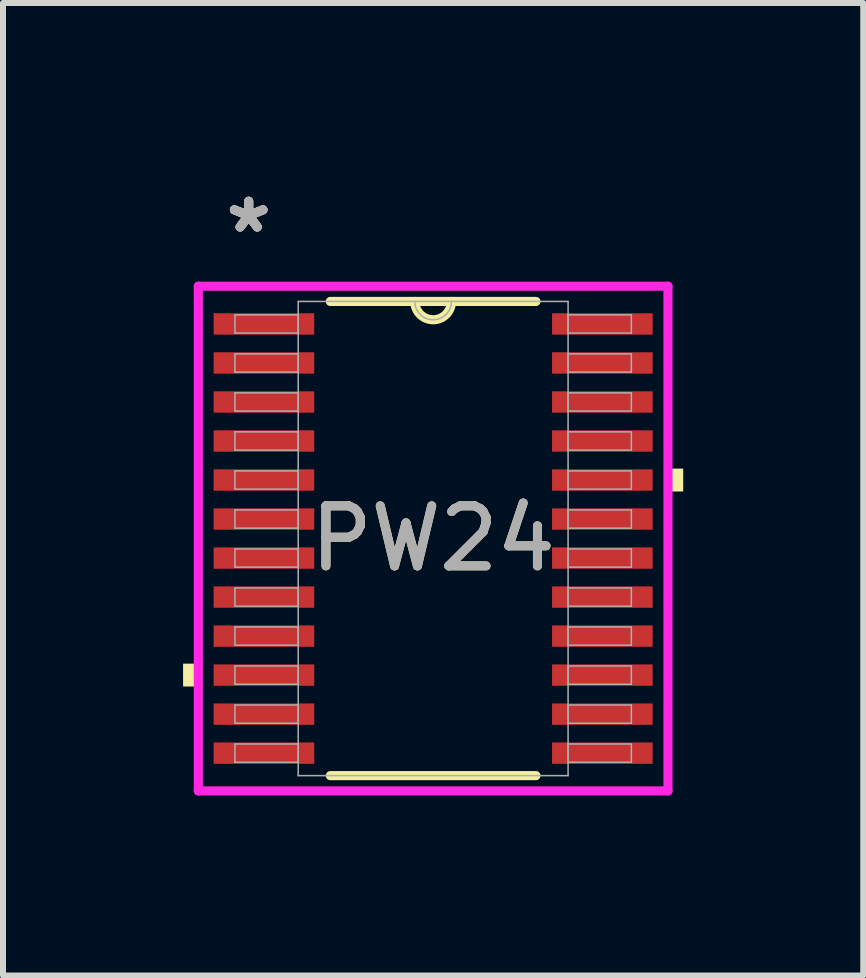
<source format=kicad_pcb>
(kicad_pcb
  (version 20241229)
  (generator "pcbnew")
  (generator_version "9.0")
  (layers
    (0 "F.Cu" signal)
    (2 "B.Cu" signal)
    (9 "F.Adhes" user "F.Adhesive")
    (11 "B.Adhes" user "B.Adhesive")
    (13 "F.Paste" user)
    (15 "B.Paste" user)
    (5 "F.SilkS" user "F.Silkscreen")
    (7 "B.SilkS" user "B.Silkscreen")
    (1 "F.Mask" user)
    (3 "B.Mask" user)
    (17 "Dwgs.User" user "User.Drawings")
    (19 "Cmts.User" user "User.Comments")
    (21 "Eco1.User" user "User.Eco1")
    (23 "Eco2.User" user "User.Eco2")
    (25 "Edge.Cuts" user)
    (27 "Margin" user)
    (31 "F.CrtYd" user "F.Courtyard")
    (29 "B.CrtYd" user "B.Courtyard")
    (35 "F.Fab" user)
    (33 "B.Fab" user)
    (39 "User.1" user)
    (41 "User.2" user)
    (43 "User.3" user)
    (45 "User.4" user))
  (footprint "PW24"
    (layer "F.Cu")
    (at 4.166 5.922)
    (property "Reference" "PW24" (at 0 0 0) (unlocked yes) (layer "F.SilkS") (effects (font (size 1 1) (thickness 0.15))))
    (attr smd)
    (fp_line (start -1.713 3.95) (end 1.713 3.95) (stroke (width 0.152) (type solid)) (layer "F.SilkS"))
    (fp_line (start 1.713 -3.95) (end -1.713 -3.95) (stroke (width 0.152) (type solid)) (layer "F.SilkS"))
    (fp_arc (start 0.3048 -3.9497) (mid 0 -3.6449) (end -0.3048 -3.9497) (stroke (width 0.1524) (type solid)) (layer "F.SilkS"))
    (fp_poly (pts (xy -4.166 2.084) (xy -4.166 2.465) (xy -3.912 2.465) (xy -3.912 2.084)) (stroke (width 0) (type solid)) (fill yes) (layer "F.SilkS"))
    (fp_poly (pts (xy 4.166 -1.165) (xy 4.166 -0.784) (xy 3.912 -0.784) (xy 3.912 -1.165)) (stroke (width 0) (type solid)) (fill yes) (layer "F.SilkS"))
    (fp_line (start -3.912 -4.204) (end 3.912 -4.204) (stroke (width 0.152) (type solid)) (layer "F.CrtYd"))
    (fp_line (start -3.912 4.204) (end -3.912 -4.204) (stroke (width 0.152) (type solid)) (layer "F.CrtYd"))
    (fp_line (start 3.912 -4.204) (end 3.912 4.204) (stroke (width 0.152) (type solid)) (layer "F.CrtYd"))
    (fp_line (start 3.912 4.204) (end -3.912 4.204) (stroke (width 0.152) (type solid)) (layer "F.CrtYd"))
    (fp_line (start -3.302 -3.727) (end -3.302 -3.423) (stroke (width 0.025) (type solid)) (layer "F.Fab"))
    (fp_line (start -3.302 -3.423) (end -2.248 -3.423) (stroke (width 0.025) (type solid)) (layer "F.Fab"))
    (fp_line (start -3.302 -3.077) (end -3.302 -2.773) (stroke (width 0.025) (type solid)) (layer "F.Fab"))
    (fp_line (start -3.302 -2.773) (end -2.248 -2.773) (stroke (width 0.025) (type solid)) (layer "F.Fab"))
    (fp_line (start -3.302 -2.427) (end -3.302 -2.123) (stroke (width 0.025) (type solid)) (layer "F.Fab"))
    (fp_line (start -3.302 -2.123) (end -2.248 -2.123) (stroke (width 0.025) (type solid)) (layer "F.Fab"))
    (fp_line (start -3.302 -1.777) (end -3.302 -1.473) (stroke (width 0.025) (type solid)) (layer "F.Fab"))
    (fp_line (start -3.302 -1.473) (end -2.248 -1.473) (stroke (width 0.025) (type solid)) (layer "F.Fab"))
    (fp_line (start -3.302 -1.127) (end -3.302 -0.823) (stroke (width 0.025) (type solid)) (layer "F.Fab"))
    (fp_line (start -3.302 -0.823) (end -2.248 -0.823) (stroke (width 0.025) (type solid)) (layer "F.Fab"))
    (fp_line (start -3.302 -0.477) (end -3.302 -0.173) (stroke (width 0.025) (type solid)) (layer "F.Fab"))
    (fp_line (start -3.302 -0.173) (end -2.248 -0.173) (stroke (width 0.025) (type solid)) (layer "F.Fab"))
    (fp_line (start -3.302 0.173) (end -3.302 0.477) (stroke (width 0.025) (type solid)) (layer "F.Fab"))
    (fp_line (start -3.302 0.477) (end -2.248 0.477) (stroke (width 0.025) (type solid)) (layer "F.Fab"))
    (fp_line (start -3.302 0.823) (end -3.302 1.127) (stroke (width 0.025) (type solid)) (layer "F.Fab"))
    (fp_line (start -3.302 1.127) (end -2.248 1.127) (stroke (width 0.025) (type solid)) (layer "F.Fab"))
    (fp_line (start -3.302 1.473) (end -3.302 1.777) (stroke (width 0.025) (type solid)) (layer "F.Fab"))
    (fp_line (start -3.302 1.777) (end -2.248 1.777) (stroke (width 0.025) (type solid)) (layer "F.Fab"))
    (fp_line (start -3.302 2.123) (end -3.302 2.427) (stroke (width 0.025) (type solid)) (layer "F.Fab"))
    (fp_line (start -3.302 2.427) (end -2.248 2.427) (stroke (width 0.025) (type solid)) (layer "F.Fab"))
    (fp_line (start -3.302 2.773) (end -3.302 3.077) (stroke (width 0.025) (type solid)) (layer "F.Fab"))
    (fp_line (start -3.302 3.077) (end -2.248 3.077) (stroke (width 0.025) (type solid)) (layer "F.Fab"))
    (fp_line (start -3.302 3.423) (end -3.302 3.727) (stroke (width 0.025) (type solid)) (layer "F.Fab"))
    (fp_line (start -3.302 3.727) (end -2.248 3.727) (stroke (width 0.025) (type solid)) (layer "F.Fab"))
    (fp_line (start -2.248 -3.95) (end -2.248 3.95) (stroke (width 0.025) (type solid)) (layer "F.Fab"))
    (fp_line (start -2.248 -3.727) (end -3.302 -3.727) (stroke (width 0.025) (type solid)) (layer "F.Fab"))
    (fp_line (start -2.248 -3.423) (end -2.248 -3.727) (stroke (width 0.025) (type solid)) (layer "F.Fab"))
    (fp_line (start -2.248 -3.077) (end -3.302 -3.077) (stroke (width 0.025) (type solid)) (layer "F.Fab"))
    (fp_line (start -2.248 -2.773) (end -2.248 -3.077) (stroke (width 0.025) (type solid)) (layer "F.Fab"))
    (fp_line (start -2.248 -2.427) (end -3.302 -2.427) (stroke (width 0.025) (type solid)) (layer "F.Fab"))
    (fp_line (start -2.248 -2.123) (end -2.248 -2.427) (stroke (width 0.025) (type solid)) (layer "F.Fab"))
    (fp_line (start -2.248 -1.777) (end -3.302 -1.777) (stroke (width 0.025) (type solid)) (layer "F.Fab"))
    (fp_line (start -2.248 -1.473) (end -2.248 -1.777) (stroke (width 0.025) (type solid)) (layer "F.Fab"))
    (fp_line (start -2.248 -1.127) (end -3.302 -1.127) (stroke (width 0.025) (type solid)) (layer "F.Fab"))
    (fp_line (start -2.248 -0.823) (end -2.248 -1.127) (stroke (width 0.025) (type solid)) (layer "F.Fab"))
    (fp_line (start -2.248 -0.477) (end -3.302 -0.477) (stroke (width 0.025) (type solid)) (layer "F.Fab"))
    (fp_line (start -2.248 -0.173) (end -2.248 -0.477) (stroke (width 0.025) (type solid)) (layer "F.Fab"))
    (fp_line (start -2.248 0.173) (end -3.302 0.173) (stroke (width 0.025) (type solid)) (layer "F.Fab"))
    (fp_line (start -2.248 0.477) (end -2.248 0.173) (stroke (width 0.025) (type solid)) (layer "F.Fab"))
    (fp_line (start -2.248 0.823) (end -3.302 0.823) (stroke (width 0.025) (type solid)) (layer "F.Fab"))
    (fp_line (start -2.248 1.127) (end -2.248 0.823) (stroke (width 0.025) (type solid)) (layer "F.Fab"))
    (fp_line (start -2.248 1.473) (end -3.302 1.473) (stroke (width 0.025) (type solid)) (layer "F.Fab"))
    (fp_line (start -2.248 1.777) (end -2.248 1.473) (stroke (width 0.025) (type solid)) (layer "F.Fab"))
    (fp_line (start -2.248 2.123) (end -3.302 2.123) (stroke (width 0.025) (type solid)) (layer "F.Fab"))
    (fp_line (start -2.248 2.427) (end -2.248 2.123) (stroke (width 0.025) (type solid)) (layer "F.Fab"))
    (fp_line (start -2.248 2.773) (end -3.302 2.773) (stroke (width 0.025) (type solid)) (layer "F.Fab"))
    (fp_line (start -2.248 3.077) (end -2.248 2.773) (stroke (width 0.025) (type solid)) (layer "F.Fab"))
    (fp_line (start -2.248 3.423) (end -3.302 3.423) (stroke (width 0.025) (type solid)) (layer "F.Fab"))
    (fp_line (start -2.248 3.727) (end -2.248 3.423) (stroke (width 0.025) (type solid)) (layer "F.Fab"))
    (fp_line (start -2.248 3.95) (end 2.248 3.95) (stroke (width 0.025) (type solid)) (layer "F.Fab"))
    (fp_line (start 2.248 -3.95) (end -2.248 -3.95) (stroke (width 0.025) (type solid)) (layer "F.Fab"))
    (fp_line (start 2.248 -3.727) (end 2.248 -3.423) (stroke (width 0.025) (type solid)) (layer "F.Fab"))
    (fp_line (start 2.248 -3.423) (end 3.302 -3.423) (stroke (width 0.025) (type solid)) (layer "F.Fab"))
    (fp_line (start 2.248 -3.077) (end 2.248 -2.773) (stroke (width 0.025) (type solid)) (layer "F.Fab"))
    (fp_line (start 2.248 -2.773) (end 3.302 -2.773) (stroke (width 0.025) (type solid)) (layer "F.Fab"))
    (fp_line (start 2.248 -2.427) (end 2.248 -2.123) (stroke (width 0.025) (type solid)) (layer "F.Fab"))
    (fp_line (start 2.248 -2.123) (end 3.302 -2.123) (stroke (width 0.025) (type solid)) (layer "F.Fab"))
    (fp_line (start 2.248 -1.777) (end 2.248 -1.473) (stroke (width 0.025) (type solid)) (layer "F.Fab"))
    (fp_line (start 2.248 -1.473) (end 3.302 -1.473) (stroke (width 0.025) (type solid)) (layer "F.Fab"))
    (fp_line (start 2.248 -1.127) (end 2.248 -0.823) (stroke (width 0.025) (type solid)) (layer "F.Fab"))
    (fp_line (start 2.248 -0.823) (end 3.302 -0.823) (stroke (width 0.025) (type solid)) (layer "F.Fab"))
    (fp_line (start 2.248 -0.477) (end 2.248 -0.173) (stroke (width 0.025) (type solid)) (layer "F.Fab"))
    (fp_line (start 2.248 -0.173) (end 3.302 -0.173) (stroke (width 0.025) (type solid)) (layer "F.Fab"))
    (fp_line (start 2.248 0.173) (end 2.248 0.477) (stroke (width 0.025) (type solid)) (layer "F.Fab"))
    (fp_line (start 2.248 0.477) (end 3.302 0.477) (stroke (width 0.025) (type solid)) (layer "F.Fab"))
    (fp_line (start 2.248 0.823) (end 2.248 1.127) (stroke (width 0.025) (type solid)) (layer "F.Fab"))
    (fp_line (start 2.248 1.127) (end 3.302 1.127) (stroke (width 0.025) (type solid)) (layer "F.Fab"))
    (fp_line (start 2.248 1.473) (end 2.248 1.777) (stroke (width 0.025) (type solid)) (layer "F.Fab"))
    (fp_line (start 2.248 1.777) (end 3.302 1.777) (stroke (width 0.025) (type solid)) (layer "F.Fab"))
    (fp_line (start 2.248 2.123) (end 2.248 2.427) (stroke (width 0.025) (type solid)) (layer "F.Fab"))
    (fp_line (start 2.248 2.427) (end 3.302 2.427) (stroke (width 0.025) (type solid)) (layer "F.Fab"))
    (fp_line (start 2.248 2.773) (end 2.248 3.077) (stroke (width 0.025) (type solid)) (layer "F.Fab"))
    (fp_line (start 2.248 3.077) (end 3.302 3.077) (stroke (width 0.025) (type solid)) (layer "F.Fab"))
    (fp_line (start 2.248 3.423) (end 2.248 3.727) (stroke (width 0.025) (type solid)) (layer "F.Fab"))
    (fp_line (start 2.248 3.727) (end 3.302 3.727) (stroke (width 0.025) (type solid)) (layer "F.Fab"))
    (fp_line (start 2.248 3.95) (end 2.248 -3.95) (stroke (width 0.025) (type solid)) (layer "F.Fab"))
    (fp_line (start 3.302 -3.727) (end 2.248 -3.727) (stroke (width 0.025) (type solid)) (layer "F.Fab"))
    (fp_line (start 3.302 -3.423) (end 3.302 -3.727) (stroke (width 0.025) (type solid)) (layer "F.Fab"))
    (fp_line (start 3.302 -3.077) (end 2.248 -3.077) (stroke (width 0.025) (type solid)) (layer "F.Fab"))
    (fp_line (start 3.302 -2.773) (end 3.302 -3.077) (stroke (width 0.025) (type solid)) (layer "F.Fab"))
    (fp_line (start 3.302 -2.427) (end 2.248 -2.427) (stroke (width 0.025) (type solid)) (layer "F.Fab"))
    (fp_line (start 3.302 -2.123) (end 3.302 -2.427) (stroke (width 0.025) (type solid)) (layer "F.Fab"))
    (fp_line (start 3.302 -1.777) (end 2.248 -1.777) (stroke (width 0.025) (type solid)) (layer "F.Fab"))
    (fp_line (start 3.302 -1.473) (end 3.302 -1.777) (stroke (width 0.025) (type solid)) (layer "F.Fab"))
    (fp_line (start 3.302 -1.127) (end 2.248 -1.127) (stroke (width 0.025) (type solid)) (layer "F.Fab"))
    (fp_line (start 3.302 -0.823) (end 3.302 -1.127) (stroke (width 0.025) (type solid)) (layer "F.Fab"))
    (fp_line (start 3.302 -0.477) (end 2.248 -0.477) (stroke (width 0.025) (type solid)) (layer "F.Fab"))
    (fp_line (start 3.302 -0.173) (end 3.302 -0.477) (stroke (width 0.025) (type solid)) (layer "F.Fab"))
    (fp_line (start 3.302 0.173) (end 2.248 0.173) (stroke (width 0.025) (type solid)) (layer "F.Fab"))
    (fp_line (start 3.302 0.477) (end 3.302 0.173) (stroke (width 0.025) (type solid)) (layer "F.Fab"))
    (fp_line (start 3.302 0.823) (end 2.248 0.823) (stroke (width 0.025) (type solid)) (layer "F.Fab"))
    (fp_line (start 3.302 1.127) (end 3.302 0.823) (stroke (width 0.025) (type solid)) (layer "F.Fab"))
    (fp_line (start 3.302 1.473) (end 2.248 1.473) (stroke (width 0.025) (type solid)) (layer "F.Fab"))
    (fp_line (start 3.302 1.777) (end 3.302 1.473) (stroke (width 0.025) (type solid)) (layer "F.Fab"))
    (fp_line (start 3.302 2.123) (end 2.248 2.123) (stroke (width 0.025) (type solid)) (layer "F.Fab"))
    (fp_line (start 3.302 2.427) (end 3.302 2.123) (stroke (width 0.025) (type solid)) (layer "F.Fab"))
    (fp_line (start 3.302 2.773) (end 2.248 2.773) (stroke (width 0.025) (type solid)) (layer "F.Fab"))
    (fp_line (start 3.302 3.077) (end 3.302 2.773) (stroke (width 0.025) (type solid)) (layer "F.Fab"))
    (fp_line (start 3.302 3.423) (end 2.248 3.423) (stroke (width 0.025) (type solid)) (layer "F.Fab"))
    (fp_line (start 3.302 3.727) (end 3.302 3.423) (stroke (width 0.025) (type solid)) (layer "F.Fab"))
    (fp_arc (start 0.3048 -3.9497) (mid 0 -3.6449) (end -0.3048 -3.9497) (stroke (width 0.0254) (type solid)) (layer "F.Fab"))
    (fp_text user "*" (at -3.073 -5.074 0) (layer "F.SilkS") (effects (font (size 1 1) (thickness 0.15))))
    (fp_text user "*" (at -3.073 -5.074 0) (unlocked yes) (layer "F.SilkS") (effects (font (size 1 1) (thickness 0.15))))
    (fp_text user "${REFERENCE}" (at 0 0 0) (unlocked yes) (layer "F.Fab") (effects (font (size 1 1) (thickness 0.15))))
    (fp_text user "*" (at -3.073 -5.074 0) (unlocked yes) (layer "F.Fab") (effects (font (size 1 1) (thickness 0.15))))
    (fp_text user "*" (at -3.073 -5.074 0) (layer "F.Fab") (effects (font (size 1 1) (thickness 0.15))))
    (pad "1" smd rect (at -2.819 -3.575) (size 1.676 0.356) (layers "F.Cu" "F.Mask" "F.Paste"))
    (pad "2" smd rect (at -2.819 -2.925) (size 1.676 0.356) (layers "F.Cu" "F.Mask" "F.Paste"))
    (pad "3" smd rect (at -2.819 -2.275) (size 1.676 0.356) (layers "F.Cu" "F.Mask" "F.Paste"))
    (pad "4" smd rect (at -2.819 -1.625) (size 1.676 0.356) (layers "F.Cu" "F.Mask" "F.Paste"))
    (pad "5" smd rect (at -2.819 -0.975) (size 1.676 0.356) (layers "F.Cu" "F.Mask" "F.Paste"))
    (pad "6" smd rect (at -2.819 -0.325) (size 1.676 0.356) (layers "F.Cu" "F.Mask" "F.Paste"))
    (pad "7" smd rect (at -2.819 0.325) (size 1.676 0.356) (layers "F.Cu" "F.Mask" "F.Paste"))
    (pad "8" smd rect (at -2.819 0.975) (size 1.676 0.356) (layers "F.Cu" "F.Mask" "F.Paste"))
    (pad "9" smd rect (at -2.819 1.625) (size 1.676 0.356) (layers "F.Cu" "F.Mask" "F.Paste"))
    (pad "10" smd rect (at -2.819 2.275) (size 1.676 0.356) (layers "F.Cu" "F.Mask" "F.Paste"))
    (pad "11" smd rect (at -2.819 2.925) (size 1.676 0.356) (layers "F.Cu" "F.Mask" "F.Paste"))
    (pad "12" smd rect (at -2.819 3.575) (size 1.676 0.356) (layers "F.Cu" "F.Mask" "F.Paste"))
    (pad "13" smd rect (at 2.819 3.575) (size 1.676 0.356) (layers "F.Cu" "F.Mask" "F.Paste"))
    (pad "14" smd rect (at 2.819 2.925) (size 1.676 0.356) (layers "F.Cu" "F.Mask" "F.Paste"))
    (pad "15" smd rect (at 2.819 2.275) (size 1.676 0.356) (layers "F.Cu" "F.Mask" "F.Paste"))
    (pad "16" smd rect (at 2.819 1.625) (size 1.676 0.356) (layers "F.Cu" "F.Mask" "F.Paste"))
    (pad "17" smd rect (at 2.819 0.975) (size 1.676 0.356) (layers "F.Cu" "F.Mask" "F.Paste"))
    (pad "18" smd rect (at 2.819 0.325) (size 1.676 0.356) (layers "F.Cu" "F.Mask" "F.Paste"))
    (pad "19" smd rect (at 2.819 -0.325) (size 1.676 0.356) (layers "F.Cu" "F.Mask" "F.Paste"))
    (pad "20" smd rect (at 2.819 -0.975) (size 1.676 0.356) (layers "F.Cu" "F.Mask" "F.Paste"))
    (pad "21" smd rect (at 2.819 -1.625) (size 1.676 0.356) (layers "F.Cu" "F.Mask" "F.Paste"))
    (pad "22" smd rect (at 2.819 -2.275) (size 1.676 0.356) (layers "F.Cu" "F.Mask" "F.Paste"))
    (pad "23" smd rect (at 2.819 -2.925) (size 1.676 0.356) (layers "F.Cu" "F.Mask" "F.Paste"))
    (pad "24" smd rect (at 2.819 -3.575) (size 1.676 0.356) (layers "F.Cu" "F.Mask" "F.Paste")))
  (gr_rect
    (start -3 -3)
    (end 11.331 13.202)
    (stroke (width 0.1) (type default))
    (fill no)
    (layer "Edge.Cuts")))
</source>
